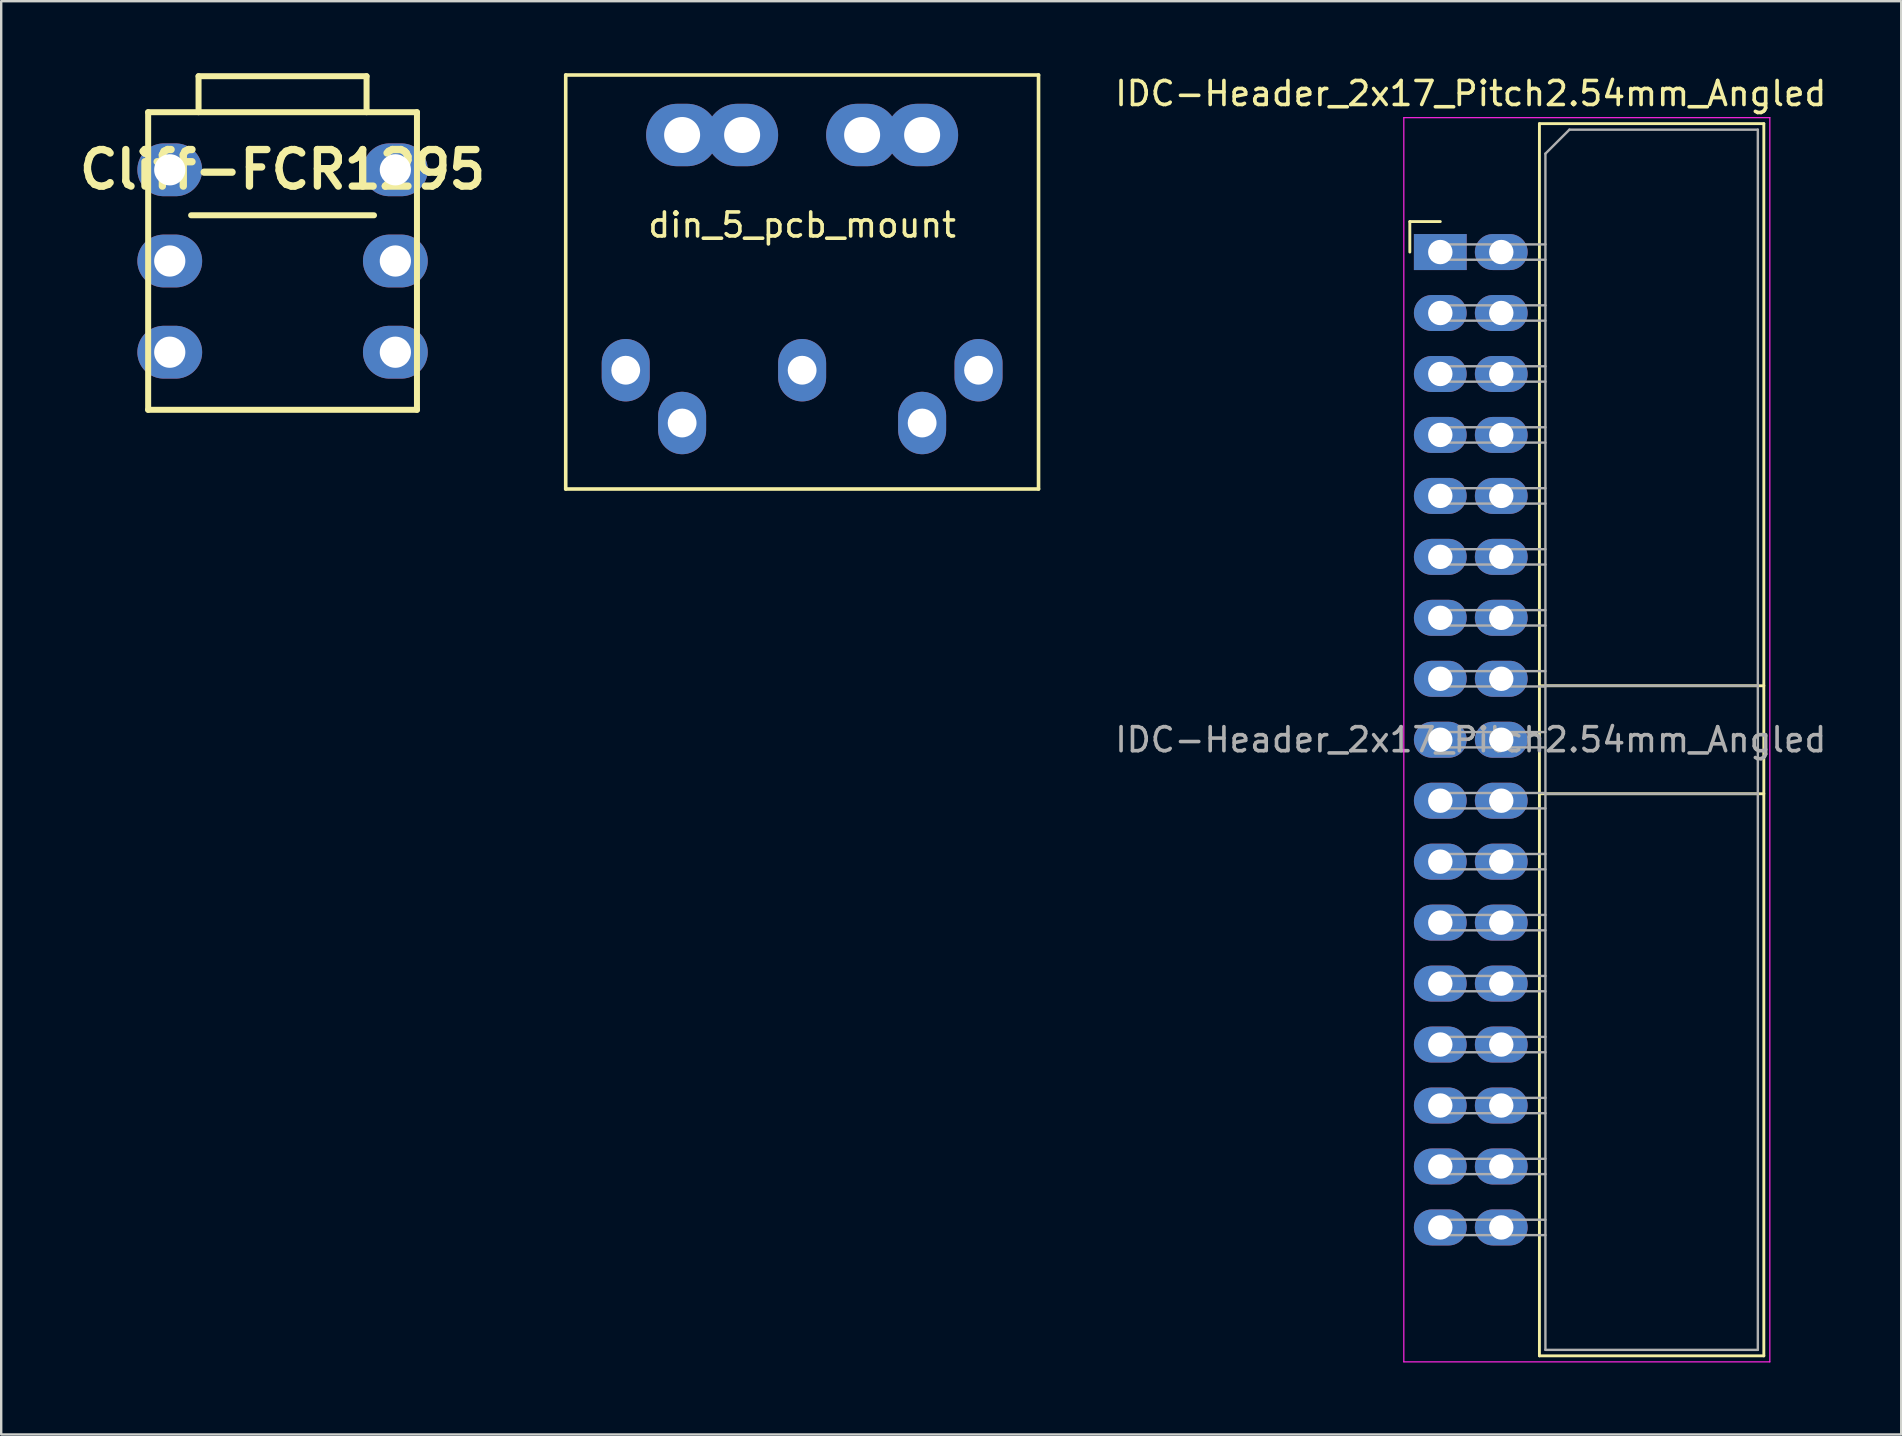
<source format=kicad_pcb>
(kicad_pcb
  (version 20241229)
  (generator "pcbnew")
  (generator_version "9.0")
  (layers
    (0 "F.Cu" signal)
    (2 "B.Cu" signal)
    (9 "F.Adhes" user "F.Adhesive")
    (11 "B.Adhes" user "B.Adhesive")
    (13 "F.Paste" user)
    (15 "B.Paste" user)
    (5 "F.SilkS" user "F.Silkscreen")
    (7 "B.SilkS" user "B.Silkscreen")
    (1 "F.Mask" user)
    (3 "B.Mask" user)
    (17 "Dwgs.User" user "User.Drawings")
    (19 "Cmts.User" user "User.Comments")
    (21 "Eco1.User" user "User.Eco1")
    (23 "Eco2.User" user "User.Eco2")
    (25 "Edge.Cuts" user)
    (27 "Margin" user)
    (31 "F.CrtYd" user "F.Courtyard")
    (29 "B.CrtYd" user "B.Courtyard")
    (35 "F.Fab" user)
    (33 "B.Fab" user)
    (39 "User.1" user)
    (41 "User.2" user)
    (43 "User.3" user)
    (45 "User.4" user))
  (footprint "Cliff-FCR1295"
    (layer "F.Cu")
    (at 8.723 7.825)
    (property "Reference" "Cliff-FCR1295" (at 0 -3.81 0) (layer "F.SilkS") (effects (font (size 1.524 1.524) (thickness 0.305))))
    (attr through_hole)
    (fp_line (start -5.6 -6.2) (end -5.6 6.2) (stroke (width 0.25) (type solid)) (layer "F.SilkS"))
    (fp_line (start -5.6 -6.2) (end 5.6 -6.2) (stroke (width 0.25) (type solid)) (layer "F.SilkS"))
    (fp_line (start -5.6 6.2) (end 5.6 6.2) (stroke (width 0.25) (type solid)) (layer "F.SilkS"))
    (fp_line (start -3.81 -1.905) (end 3.81 -1.905) (stroke (width 0.25) (type solid)) (layer "F.SilkS"))
    (fp_line (start -3.5 -7.7) (end 3.5 -7.7) (stroke (width 0.25) (type solid)) (layer "F.SilkS"))
    (fp_line (start -3.5 -6.2) (end -3.5 -7.7) (stroke (width 0.25) (type solid)) (layer "F.SilkS"))
    (fp_line (start 3.5 -6.2) (end 3.5 -7.7) (stroke (width 0.25) (type solid)) (layer "F.SilkS"))
    (fp_line (start 5.6 6.2) (end 5.6 -6.2) (stroke (width 0.25) (type solid)) (layer "F.SilkS"))
    (pad "1" thru_hole oval (at 4.7 -3.8) (size 2.7 2.2) (drill 1.3) (layers "*.Cu" "*.Mask"))
    (pad "2" thru_hole oval (at 4.7 0) (size 2.7 2.2) (drill 1.3) (layers "*.Cu" "*.Mask"))
    (pad "3" thru_hole oval (at 4.7 3.8) (size 2.7 2.2) (drill 1.3) (layers "*.Cu" "*.Mask"))
    (pad "4" thru_hole oval (at -4.7 -3.8) (size 2.7 2.2) (drill 1.3) (layers "*.Cu" "*.Mask"))
    (pad "5" thru_hole oval (at -4.7 0) (size 2.7 2.2) (drill 1.3) (layers "*.Cu" "*.Mask"))
    (pad "6" thru_hole oval (at -4.7 3.8) (size 2.7 2.2) (drill 1.3) (layers "*.Cu" "*.Mask")))
  (footprint "din_5_pcb_mount"
    (layer "F.Cu")
    (at 30.371 7.325)
    (property "Reference" "din_5_pcb_mount" (at 0 -1 0) (layer "F.SilkS") (effects (font (size 1 1) (thickness 0.15))))
    (attr through_hole)
    (fp_line (start -9.85 -7.25) (end -9.85 10) (stroke (width 0.15) (type solid)) (layer "F.SilkS"))
    (fp_line (start -9.85 10) (end 9.85 10) (stroke (width 0.15) (type solid)) (layer "F.SilkS"))
    (fp_line (start 9.85 -7.25) (end -9.85 -7.25) (stroke (width 0.15) (type solid)) (layer "F.SilkS"))
    (fp_line (start 9.85 10) (end 9.85 -7.25) (stroke (width 0.15) (type solid)) (layer "F.SilkS"))
    (pad "1" thru_hole oval (at -7.35 5.05) (size 2 2.6) (drill 1.2) (layers "*.Cu" "*.Mask"))
    (pad "2" thru_hole oval (at 0 5.05) (size 2 2.6) (drill 1.2) (layers "*.Cu" "*.Mask"))
    (pad "3" thru_hole oval (at 7.35 5.05) (size 2 2.6) (drill 1.2) (layers "*.Cu" "*.Mask"))
    (pad "4" thru_hole oval (at -5 7.25) (size 2 2.6) (drill 1.2) (layers "*.Cu" "*.Mask"))
    (pad "5" thru_hole oval (at 5 7.25) (size 2 2.6) (drill 1.2) (layers "*.Cu" "*.Mask"))
    (pad "S1" thru_hole oval (at -5 -4.75) (size 3 2.6) (drill 1.5) (layers "*.Cu" "*.Mask"))
    (pad "S1" thru_hole oval (at -2.5 -4.75) (size 3 2.6) (drill 1.5) (layers "*.Cu" "*.Mask"))
    (pad "S1" thru_hole oval (at 2.5 -4.75) (size 3 2.6) (drill 1.5) (layers "*.Cu" "*.Mask"))
    (pad "S1" thru_hole oval (at 5 -4.75) (size 3 2.6) (drill 1.5) (layers "*.Cu" "*.Mask")))
  (footprint "IDC-Header_2x17_Pitch2.54mm_Angled"
    (layer "F.Cu")
    (at 58.231 27.772)
    (property "Reference" "IDC-Header_2x17_Pitch2.54mm_Angled" (at 0 -26.924 0) (layer "F.SilkS") (effects (font (size 1 1) (thickness 0.15))))
    (attr through_hole)
    (fp_line (start -2.54 -21.59) (end -2.54 -20.32) (stroke (width 0.12) (type solid)) (layer "F.SilkS"))
    (fp_line (start -1.27 -21.59) (end -2.54 -21.59) (stroke (width 0.12) (type solid)) (layer "F.SilkS"))
    (fp_line (start 2.86 -25.67) (end 12.21 -25.67) (stroke (width 0.12) (type solid)) (layer "F.SilkS"))
    (fp_line (start 2.86 -2.25) (end 12.21 -2.25) (stroke (width 0.12) (type solid)) (layer "F.SilkS"))
    (fp_line (start 2.86 2.25) (end 12.21 2.25) (stroke (width 0.12) (type solid)) (layer "F.SilkS"))
    (fp_line (start 2.86 25.67) (end 2.86 -25.67) (stroke (width 0.12) (type solid)) (layer "F.SilkS"))
    (fp_line (start 2.86 25.67) (end 12.21 25.67) (stroke (width 0.12) (type solid)) (layer "F.SilkS"))
    (fp_line (start 12.21 -25.67) (end 12.21 25.67) (stroke (width 0.12) (type solid)) (layer "F.SilkS"))
    (fp_line (start -2.79 -25.92) (end 12.46 -25.92) (stroke (width 0.05) (type solid)) (layer "F.CrtYd"))
    (fp_line (start -2.79 25.92) (end -2.79 -25.92) (stroke (width 0.05) (type solid)) (layer "F.CrtYd"))
    (fp_line (start 12.46 -25.92) (end 12.46 25.92) (stroke (width 0.05) (type solid)) (layer "F.CrtYd"))
    (fp_line (start 12.46 25.92) (end -2.79 25.92) (stroke (width 0.05) (type solid)) (layer "F.CrtYd"))
    (fp_line (start -1.59 -20.64) (end -1.59 -20) (stroke (width 0.1) (type solid)) (layer "F.Fab"))
    (fp_line (start -1.59 -20) (end 3.11 -20) (stroke (width 0.1) (type solid)) (layer "F.Fab"))
    (fp_line (start -1.59 -18.1) (end -1.59 -17.46) (stroke (width 0.1) (type solid)) (layer "F.Fab"))
    (fp_line (start -1.59 -17.46) (end 3.11 -17.46) (stroke (width 0.1) (type solid)) (layer "F.Fab"))
    (fp_line (start -1.59 -15.56) (end -1.59 -14.92) (stroke (width 0.1) (type solid)) (layer "F.Fab"))
    (fp_line (start -1.59 -14.92) (end 3.11 -14.92) (stroke (width 0.1) (type solid)) (layer "F.Fab"))
    (fp_line (start -1.59 -13.02) (end -1.59 -12.38) (stroke (width 0.1) (type solid)) (layer "F.Fab"))
    (fp_line (start -1.59 -12.38) (end 3.11 -12.38) (stroke (width 0.1) (type solid)) (layer "F.Fab"))
    (fp_line (start -1.59 -10.48) (end -1.59 -9.84) (stroke (width 0.1) (type solid)) (layer "F.Fab"))
    (fp_line (start -1.59 -9.84) (end 3.11 -9.84) (stroke (width 0.1) (type solid)) (layer "F.Fab"))
    (fp_line (start -1.59 -7.94) (end -1.59 -7.3) (stroke (width 0.1) (type solid)) (layer "F.Fab"))
    (fp_line (start -1.59 -7.3) (end 3.11 -7.3) (stroke (width 0.1) (type solid)) (layer "F.Fab"))
    (fp_line (start -1.59 -5.4) (end -1.59 -4.76) (stroke (width 0.1) (type solid)) (layer "F.Fab"))
    (fp_line (start -1.59 -4.76) (end 3.11 -4.76) (stroke (width 0.1) (type solid)) (layer "F.Fab"))
    (fp_line (start -1.59 -2.86) (end -1.59 -2.22) (stroke (width 0.1) (type solid)) (layer "F.Fab"))
    (fp_line (start -1.59 -2.22) (end 3.11 -2.22) (stroke (width 0.1) (type solid)) (layer "F.Fab"))
    (fp_line (start -1.59 -0.32) (end -1.59 0.32) (stroke (width 0.1) (type solid)) (layer "F.Fab"))
    (fp_line (start -1.59 0.32) (end 3.11 0.32) (stroke (width 0.1) (type solid)) (layer "F.Fab"))
    (fp_line (start -1.59 2.22) (end -1.59 2.86) (stroke (width 0.1) (type solid)) (layer "F.Fab"))
    (fp_line (start -1.59 2.86) (end 3.11 2.86) (stroke (width 0.1) (type solid)) (layer "F.Fab"))
    (fp_line (start -1.59 4.76) (end -1.59 5.4) (stroke (width 0.1) (type solid)) (layer "F.Fab"))
    (fp_line (start -1.59 5.4) (end 3.11 5.4) (stroke (width 0.1) (type solid)) (layer "F.Fab"))
    (fp_line (start -1.59 7.3) (end -1.59 7.94) (stroke (width 0.1) (type solid)) (layer "F.Fab"))
    (fp_line (start -1.59 7.94) (end 3.11 7.94) (stroke (width 0.1) (type solid)) (layer "F.Fab"))
    (fp_line (start -1.59 9.84) (end -1.59 10.48) (stroke (width 0.1) (type solid)) (layer "F.Fab"))
    (fp_line (start -1.59 10.48) (end 3.11 10.48) (stroke (width 0.1) (type solid)) (layer "F.Fab"))
    (fp_line (start -1.59 12.38) (end -1.59 13.02) (stroke (width 0.1) (type solid)) (layer "F.Fab"))
    (fp_line (start -1.59 13.02) (end 3.11 13.02) (stroke (width 0.1) (type solid)) (layer "F.Fab"))
    (fp_line (start -1.59 14.92) (end -1.59 15.56) (stroke (width 0.1) (type solid)) (layer "F.Fab"))
    (fp_line (start -1.59 15.56) (end 3.11 15.56) (stroke (width 0.1) (type solid)) (layer "F.Fab"))
    (fp_line (start -1.59 17.46) (end -1.59 18.1) (stroke (width 0.1) (type solid)) (layer "F.Fab"))
    (fp_line (start -1.59 18.1) (end 3.11 18.1) (stroke (width 0.1) (type solid)) (layer "F.Fab"))
    (fp_line (start -1.59 20) (end -1.59 20.64) (stroke (width 0.1) (type solid)) (layer "F.Fab"))
    (fp_line (start -1.59 20.64) (end 3.11 20.64) (stroke (width 0.1) (type solid)) (layer "F.Fab"))
    (fp_line (start 3.11 -24.42) (end 4.11 -25.42) (stroke (width 0.1) (type solid)) (layer "F.Fab"))
    (fp_line (start 3.11 -20.64) (end -1.59 -20.64) (stroke (width 0.1) (type solid)) (layer "F.Fab"))
    (fp_line (start 3.11 -18.1) (end -1.59 -18.1) (stroke (width 0.1) (type solid)) (layer "F.Fab"))
    (fp_line (start 3.11 -15.56) (end -1.59 -15.56) (stroke (width 0.1) (type solid)) (layer "F.Fab"))
    (fp_line (start 3.11 -13.02) (end -1.59 -13.02) (stroke (width 0.1) (type solid)) (layer "F.Fab"))
    (fp_line (start 3.11 -10.48) (end -1.59 -10.48) (stroke (width 0.1) (type solid)) (layer "F.Fab"))
    (fp_line (start 3.11 -7.94) (end -1.59 -7.94) (stroke (width 0.1) (type solid)) (layer "F.Fab"))
    (fp_line (start 3.11 -5.4) (end -1.59 -5.4) (stroke (width 0.1) (type solid)) (layer "F.Fab"))
    (fp_line (start 3.11 -2.86) (end -1.59 -2.86) (stroke (width 0.1) (type solid)) (layer "F.Fab"))
    (fp_line (start 3.11 -2.25) (end 11.96 -2.25) (stroke (width 0.1) (type solid)) (layer "F.Fab"))
    (fp_line (start 3.11 -0.32) (end -1.59 -0.32) (stroke (width 0.1) (type solid)) (layer "F.Fab"))
    (fp_line (start 3.11 2.22) (end -1.59 2.22) (stroke (width 0.1) (type solid)) (layer "F.Fab"))
    (fp_line (start 3.11 2.25) (end 11.96 2.25) (stroke (width 0.1) (type solid)) (layer "F.Fab"))
    (fp_line (start 3.11 4.76) (end -1.59 4.76) (stroke (width 0.1) (type solid)) (layer "F.Fab"))
    (fp_line (start 3.11 7.3) (end -1.59 7.3) (stroke (width 0.1) (type solid)) (layer "F.Fab"))
    (fp_line (start 3.11 9.84) (end -1.59 9.84) (stroke (width 0.1) (type solid)) (layer "F.Fab"))
    (fp_line (start 3.11 12.38) (end -1.59 12.38) (stroke (width 0.1) (type solid)) (layer "F.Fab"))
    (fp_line (start 3.11 14.92) (end -1.59 14.92) (stroke (width 0.1) (type solid)) (layer "F.Fab"))
    (fp_line (start 3.11 17.46) (end -1.59 17.46) (stroke (width 0.1) (type solid)) (layer "F.Fab"))
    (fp_line (start 3.11 20) (end -1.59 20) (stroke (width 0.1) (type solid)) (layer "F.Fab"))
    (fp_line (start 3.11 25.42) (end 3.11 -24.42) (stroke (width 0.1) (type solid)) (layer "F.Fab"))
    (fp_line (start 3.11 25.42) (end 11.96 25.42) (stroke (width 0.1) (type solid)) (layer "F.Fab"))
    (fp_line (start 4.11 -25.42) (end 11.96 -25.42) (stroke (width 0.1) (type solid)) (layer "F.Fab"))
    (fp_line (start 11.96 25.42) (end 11.96 -25.42) (stroke (width 0.1) (type solid)) (layer "F.Fab"))
    (fp_text user "${REFERENCE}" (at 0 0 0) (layer "F.Fab") (effects (font (size 1 1) (thickness 0.15))))
    (pad "1" thru_hole rect (at -1.27 -20.32) (size 2.2 1.5) (drill 1.016) (layers "*.Cu" "*.Mask"))
    (pad "2" thru_hole oval (at 1.27 -20.32) (size 2.2 1.5) (drill 1.016) (layers "*.Cu" "*.Mask"))
    (pad "3" thru_hole oval (at -1.27 -17.78) (size 2.2 1.5) (drill 1.016) (layers "*.Cu" "*.Mask"))
    (pad "4" thru_hole oval (at 1.27 -17.78) (size 2.2 1.5) (drill 1.016) (layers "*.Cu" "*.Mask"))
    (pad "5" thru_hole oval (at -1.27 -15.24) (size 2.2 1.5) (drill 1.016) (layers "*.Cu" "*.Mask"))
    (pad "6" thru_hole oval (at 1.27 -15.24) (size 2.2 1.5) (drill 1.016) (layers "*.Cu" "*.Mask"))
    (pad "7" thru_hole oval (at -1.27 -12.7) (size 2.2 1.5) (drill 1.016) (layers "*.Cu" "*.Mask"))
    (pad "8" thru_hole oval (at 1.27 -12.7) (size 2.2 1.5) (drill 1.016) (layers "*.Cu" "*.Mask"))
    (pad "9" thru_hole oval (at -1.27 -10.16) (size 2.2 1.5) (drill 1.016) (layers "*.Cu" "*.Mask"))
    (pad "10" thru_hole oval (at 1.27 -10.16) (size 2.2 1.5) (drill 1.016) (layers "*.Cu" "*.Mask"))
    (pad "11" thru_hole oval (at -1.27 -7.62) (size 2.2 1.5) (drill 1.016) (layers "*.Cu" "*.Mask"))
    (pad "12" thru_hole oval (at 1.27 -7.62) (size 2.2 1.5) (drill 1.016) (layers "*.Cu" "*.Mask"))
    (pad "13" thru_hole oval (at -1.27 -5.08) (size 2.2 1.5) (drill 1.016) (layers "*.Cu" "*.Mask"))
    (pad "14" thru_hole oval (at 1.27 -5.08) (size 2.2 1.5) (drill 1.016) (layers "*.Cu" "*.Mask"))
    (pad "15" thru_hole oval (at -1.27 -2.54) (size 2.2 1.5) (drill 1.016) (layers "*.Cu" "*.Mask"))
    (pad "16" thru_hole oval (at 1.27 -2.54) (size 2.2 1.5) (drill 1.016) (layers "*.Cu" "*.Mask"))
    (pad "17" thru_hole oval (at -1.27 0) (size 2.2 1.5) (drill 1.016) (layers "*.Cu" "*.Mask"))
    (pad "18" thru_hole oval (at 1.27 0) (size 2.2 1.5) (drill 1.016) (layers "*.Cu" "*.Mask"))
    (pad "19" thru_hole oval (at -1.27 2.54) (size 2.2 1.5) (drill 1.016) (layers "*.Cu" "*.Mask"))
    (pad "20" thru_hole oval (at 1.27 2.54) (size 2.2 1.5) (drill 1.016) (layers "*.Cu" "*.Mask"))
    (pad "21" thru_hole oval (at -1.27 5.08) (size 2.2 1.5) (drill 1.016) (layers "*.Cu" "*.Mask"))
    (pad "22" thru_hole oval (at 1.27 5.08) (size 2.2 1.5) (drill 1.016) (layers "*.Cu" "*.Mask"))
    (pad "23" thru_hole oval (at -1.27 7.62) (size 2.2 1.5) (drill 1.016) (layers "*.Cu" "*.Mask"))
    (pad "24" thru_hole oval (at 1.27 7.62) (size 2.2 1.5) (drill 1.016) (layers "*.Cu" "*.Mask"))
    (pad "25" thru_hole oval (at -1.27 10.16) (size 2.2 1.5) (drill 1.016) (layers "*.Cu" "*.Mask"))
    (pad "26" thru_hole oval (at 1.27 10.16) (size 2.2 1.5) (drill 1.016) (layers "*.Cu" "*.Mask"))
    (pad "27" thru_hole oval (at -1.27 12.7) (size 2.2 1.5) (drill 1.016) (layers "*.Cu" "*.Mask"))
    (pad "28" thru_hole oval (at 1.27 12.7) (size 2.2 1.5) (drill 1.016) (layers "*.Cu" "*.Mask"))
    (pad "29" thru_hole oval (at -1.27 15.24) (size 2.2 1.5) (drill 1.016) (layers "*.Cu" "*.Mask"))
    (pad "30" thru_hole oval (at 1.27 15.24) (size 2.2 1.5) (drill 1.016) (layers "*.Cu" "*.Mask"))
    (pad "31" thru_hole oval (at -1.27 17.78) (size 2.2 1.5) (drill 1.016) (layers "*.Cu" "*.Mask"))
    (pad "32" thru_hole oval (at 1.27 17.78) (size 2.2 1.5) (drill 1.016) (layers "*.Cu" "*.Mask"))
    (pad "33" thru_hole oval (at -1.27 20.32) (size 2.2 1.5) (drill 1.016) (layers "*.Cu" "*.Mask"))
    (pad "34" thru_hole oval (at 1.27 20.32) (size 2.2 1.5) (drill 1.016) (layers "*.Cu" "*.Mask")))
  (gr_rect
    (start -3 -3)
    (end 76.165 56.717)
    (stroke (width 0.1) (type default))
    (fill no)
    (layer "Edge.Cuts")))
</source>
